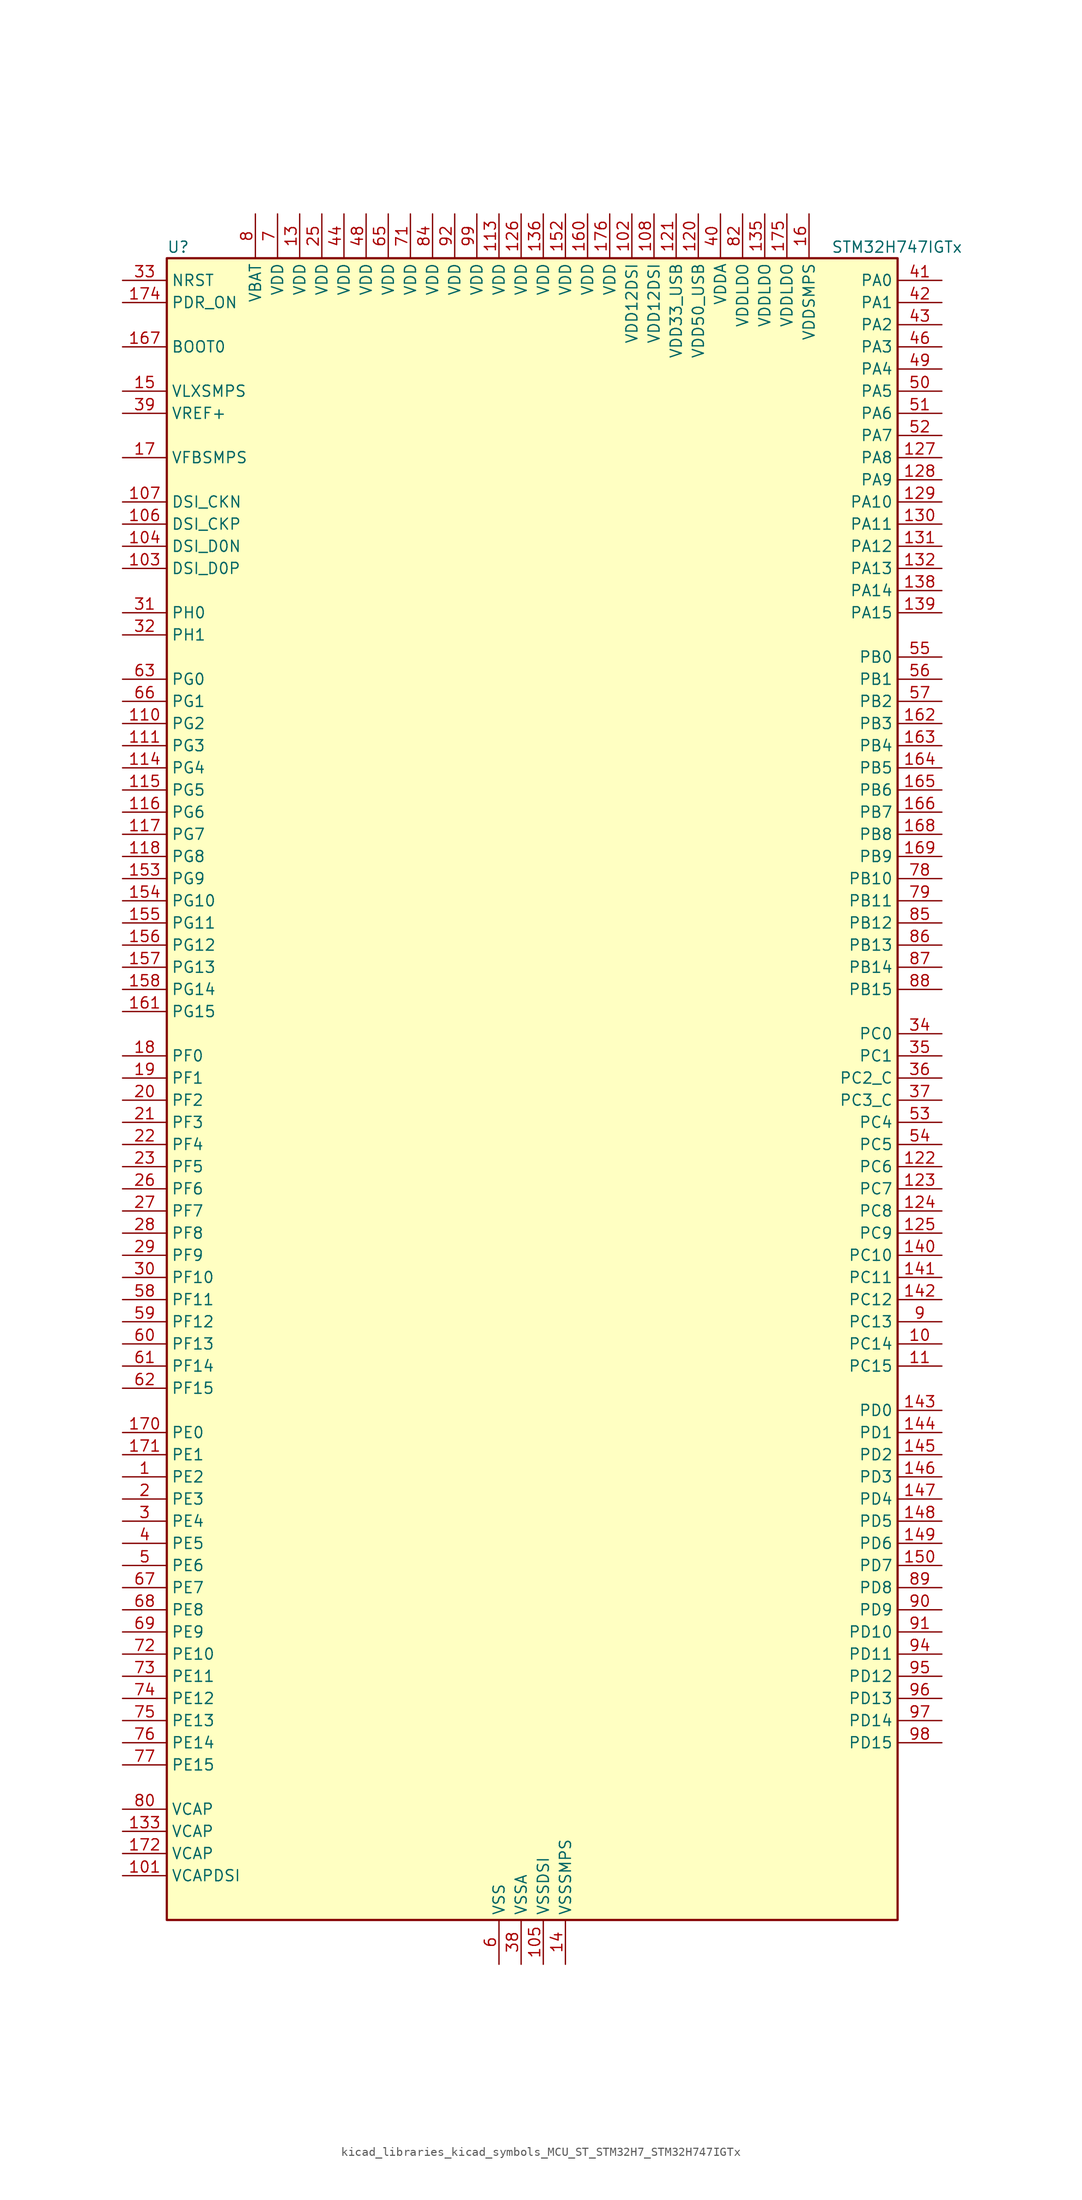
<source format=kicad_sym>
(kicad_symbol_lib
  (version 20220914)
  (generator kicad_symbol_editor)
  (symbol "kicad_libraries_kicad_symbols_MCU_ST_STM32H7_STM32H747IGTx"
    (property "Reference" "U"
      (at -40.64 97.79 0)
      (effects (font (size 1.27 1.27)) (justify left)))
    (property "Value" "STM32H747IGTx"
      (at 35.56 97.79 0)
      (effects (font (size 1.27 1.27)) (justify left)))
    (property "ki_locked" ""
      (at 0 0 0)
      (effects (font (size 1.27 1.27))))
    (symbol "kicad_libraries_kicad_symbols_MCU_ST_STM32H7_STM32H747IGTx_0_1"
      (rectangle (start -40.64 -93.98) (end 43.18 96.52) (stroke (width 0.254) (type default)) (fill (type background))))
    (symbol "kicad_libraries_kicad_symbols_MCU_ST_STM32H7_STM32H747IGTx_1_1"
      (pin bidirectional line (at -45.72 -43.18 0) (length 5.08) (name "PE2" (effects (font (size 1.27 1.27)))) (number "1" (effects (font (size 1.27 1.27)))) (alternate "DEBUG_TRACECLK" bidirectional line) (alternate "ETH_TXD3" bidirectional line) (alternate "FMC_A23" bidirectional line) (alternate "QUADSPI_BK1_IO2" bidirectional line) (alternate "SAI1_CK1" bidirectional line) (alternate "SAI1_MCLK_A" bidirectional line) (alternate "SAI4_CK1" bidirectional line) (alternate "SAI4_MCLK_A" bidirectional line) (alternate "SPI4_SCK" bidirectional line))
      (pin bidirectional line (at 48.26 -27.94 180) (length 5.08) (name "PC14" (effects (font (size 1.27 1.27)))) (number "10" (effects (font (size 1.27 1.27)))) (alternate "RCC_OSC32_IN" bidirectional line))
      (pin passive line (at -2.54 -99.06 90) (length 5.08) hide (name "VSS" (effects (font (size 1.27 1.27)))) (number "100" (effects (font (size 1.27 1.27)))))
      (pin power_out line (at -45.72 -88.9 0) (length 5.08) (name "VCAPDSI" (effects (font (size 1.27 1.27)))) (number "101" (effects (font (size 1.27 1.27)))))
      (pin power_in line (at 12.7 101.6 270) (length 5.08) (name "VDD12DSI" (effects (font (size 1.27 1.27)))) (number "102" (effects (font (size 1.27 1.27)))))
      (pin bidirectional line (at -45.72 60.96 0) (length 5.08) (name "DSI_D0P" (effects (font (size 1.27 1.27)))) (number "103" (effects (font (size 1.27 1.27)))) (alternate "DSIHOST_D0P" bidirectional line))
      (pin bidirectional line (at -45.72 63.5 0) (length 5.08) (name "DSI_D0N" (effects (font (size 1.27 1.27)))) (number "104" (effects (font (size 1.27 1.27)))) (alternate "DSIHOST_D0N" bidirectional line))
      (pin power_in line (at 2.54 -99.06 90) (length 5.08) (name "VSSDSI" (effects (font (size 1.27 1.27)))) (number "105" (effects (font (size 1.27 1.27)))))
      (pin bidirectional line (at -45.72 66.04 0) (length 5.08) (name "DSI_CKP" (effects (font (size 1.27 1.27)))) (number "106" (effects (font (size 1.27 1.27)))) (alternate "DSIHOST_CKP" bidirectional line))
      (pin bidirectional line (at -45.72 68.58 0) (length 5.08) (name "DSI_CKN" (effects (font (size 1.27 1.27)))) (number "107" (effects (font (size 1.27 1.27)))) (alternate "DSIHOST_CKN" bidirectional line))
      (pin power_in line (at 15.24 101.6 270) (length 5.08) (name "VDD12DSI" (effects (font (size 1.27 1.27)))) (number "108" (effects (font (size 1.27 1.27)))))
      (pin passive line (at 2.54 -99.06 90) (length 5.08) hide (name "VSSDSI" (effects (font (size 1.27 1.27)))) (number "109" (effects (font (size 1.27 1.27)))))
      (pin bidirectional line (at 48.26 -30.48 180) (length 5.08) (name "PC15" (effects (font (size 1.27 1.27)))) (number "11" (effects (font (size 1.27 1.27)))) (alternate "ADC1_EXTI15" bidirectional line) (alternate "ADC2_EXTI15" bidirectional line) (alternate "ADC3_EXTI15" bidirectional line) (alternate "RCC_OSC32_OUT" bidirectional line))
      (pin bidirectional line (at -45.72 43.18 0) (length 5.08) (name "PG2" (effects (font (size 1.27 1.27)))) (number "110" (effects (font (size 1.27 1.27)))) (alternate "FMC_A12" bidirectional line) (alternate "TIM8_BKIN" bidirectional line) (alternate "TIM8_BKIN_COMP1" bidirectional line) (alternate "TIM8_BKIN_COMP2" bidirectional line))
      (pin bidirectional line (at -45.72 40.64 0) (length 5.08) (name "PG3" (effects (font (size 1.27 1.27)))) (number "111" (effects (font (size 1.27 1.27)))) (alternate "FMC_A13" bidirectional line) (alternate "TIM8_BKIN2" bidirectional line) (alternate "TIM8_BKIN2_COMP1" bidirectional line) (alternate "TIM8_BKIN2_COMP2" bidirectional line))
      (pin passive line (at -2.54 -99.06 90) (length 5.08) hide (name "VSS" (effects (font (size 1.27 1.27)))) (number "112" (effects (font (size 1.27 1.27)))))
      (pin power_in line (at -2.54 101.6 270) (length 5.08) (name "VDD" (effects (font (size 1.27 1.27)))) (number "113" (effects (font (size 1.27 1.27)))))
      (pin bidirectional line (at -45.72 38.1 0) (length 5.08) (name "PG4" (effects (font (size 1.27 1.27)))) (number "114" (effects (font (size 1.27 1.27)))) (alternate "FMC_A14" bidirectional line) (alternate "FMC_BA0" bidirectional line) (alternate "TIM1_BKIN2" bidirectional line) (alternate "TIM1_BKIN2_COMP1" bidirectional line) (alternate "TIM1_BKIN2_COMP2" bidirectional line))
      (pin bidirectional line (at -45.72 35.56 0) (length 5.08) (name "PG5" (effects (font (size 1.27 1.27)))) (number "115" (effects (font (size 1.27 1.27)))) (alternate "FMC_A15" bidirectional line) (alternate "FMC_BA1" bidirectional line) (alternate "TIM1_ETR" bidirectional line))
      (pin bidirectional line (at -45.72 33.02 0) (length 5.08) (name "PG6" (effects (font (size 1.27 1.27)))) (number "116" (effects (font (size 1.27 1.27)))) (alternate "DCMI_D12" bidirectional line) (alternate "FMC_NE3" bidirectional line) (alternate "HRTIM_CHE1" bidirectional line) (alternate "LTDC_R7" bidirectional line) (alternate "QUADSPI_BK1_NCS" bidirectional line) (alternate "TIM17_BKIN" bidirectional line))
      (pin bidirectional line (at -45.72 30.48 0) (length 5.08) (name "PG7" (effects (font (size 1.27 1.27)))) (number "117" (effects (font (size 1.27 1.27)))) (alternate "DCMI_D13" bidirectional line) (alternate "FMC_INT" bidirectional line) (alternate "HRTIM_CHE2" bidirectional line) (alternate "LTDC_CLK" bidirectional line) (alternate "SAI1_MCLK_A" bidirectional line) (alternate "USART6_CK" bidirectional line))
      (pin bidirectional line (at -45.72 27.94 0) (length 5.08) (name "PG8" (effects (font (size 1.27 1.27)))) (number "118" (effects (font (size 1.27 1.27)))) (alternate "ETH_PPS_OUT" bidirectional line) (alternate "FMC_SDCLK" bidirectional line) (alternate "LTDC_G7" bidirectional line) (alternate "SPDIFRX1_IN2" bidirectional line) (alternate "SPI6_NSS" bidirectional line) (alternate "TIM8_ETR" bidirectional line) (alternate "USART6_DE" bidirectional line) (alternate "USART6_RTS" bidirectional line))
      (pin passive line (at -2.54 -99.06 90) (length 5.08) hide (name "VSS" (effects (font (size 1.27 1.27)))) (number "119" (effects (font (size 1.27 1.27)))))
      (pin passive line (at -2.54 -99.06 90) (length 5.08) hide (name "VSS" (effects (font (size 1.27 1.27)))) (number "12" (effects (font (size 1.27 1.27)))))
      (pin power_in line (at 20.32 101.6 270) (length 5.08) (name "VDD50_USB" (effects (font (size 1.27 1.27)))) (number "120" (effects (font (size 1.27 1.27)))))
      (pin power_in line (at 17.78 101.6 270) (length 5.08) (name "VDD33_USB" (effects (font (size 1.27 1.27)))) (number "121" (effects (font (size 1.27 1.27)))))
      (pin bidirectional line (at 48.26 -7.62 180) (length 5.08) (name "PC6" (effects (font (size 1.27 1.27)))) (number "122" (effects (font (size 1.27 1.27)))) (alternate "DCMI_D0" bidirectional line) (alternate "DFSDM1_CKIN3" bidirectional line) (alternate "FMC_NWAIT" bidirectional line) (alternate "HRTIM_CHA1" bidirectional line) (alternate "I2S2_MCK" bidirectional line) (alternate "LTDC_HSYNC" bidirectional line) (alternate "SDMMC1_D0DIR" bidirectional line) (alternate "SDMMC1_D6" bidirectional line) (alternate "SDMMC2_D6" bidirectional line) (alternate "SWPMI1_IO" bidirectional line) (alternate "TIM3_CH1" bidirectional line) (alternate "TIM8_CH1" bidirectional line) (alternate "USART6_TX" bidirectional line))
      (pin bidirectional line (at 48.26 -10.16 180) (length 5.08) (name "PC7" (effects (font (size 1.27 1.27)))) (number "123" (effects (font (size 1.27 1.27)))) (alternate "DCMI_D1" bidirectional line) (alternate "DEBUG_TRGIO" bidirectional line) (alternate "DFSDM1_DATIN3" bidirectional line) (alternate "FMC_NE1" bidirectional line) (alternate "HRTIM_CHA2" bidirectional line) (alternate "I2S3_MCK" bidirectional line) (alternate "LTDC_G6" bidirectional line) (alternate "SDMMC1_D123DIR" bidirectional line) (alternate "SDMMC1_D7" bidirectional line) (alternate "SDMMC2_D7" bidirectional line) (alternate "SWPMI1_TX" bidirectional line) (alternate "TIM3_CH2" bidirectional line) (alternate "TIM8_CH2" bidirectional line) (alternate "USART6_RX" bidirectional line))
      (pin bidirectional line (at 48.26 -12.7 180) (length 5.08) (name "PC8" (effects (font (size 1.27 1.27)))) (number "124" (effects (font (size 1.27 1.27)))) (alternate "DCMI_D2" bidirectional line) (alternate "DEBUG_TRACED1" bidirectional line) (alternate "FMC_NCE" bidirectional line) (alternate "FMC_NE2" bidirectional line) (alternate "HRTIM_CHB1" bidirectional line) (alternate "SDMMC1_D0" bidirectional line) (alternate "SWPMI1_RX" bidirectional line) (alternate "TIM3_CH3" bidirectional line) (alternate "TIM8_CH3" bidirectional line) (alternate "UART5_DE" bidirectional line) (alternate "UART5_RTS" bidirectional line) (alternate "USART6_CK" bidirectional line))
      (pin bidirectional line (at 48.26 -15.24 180) (length 5.08) (name "PC9" (effects (font (size 1.27 1.27)))) (number "125" (effects (font (size 1.27 1.27)))) (alternate "DAC1_EXTI9" bidirectional line) (alternate "DCMI_D3" bidirectional line) (alternate "I2C3_SDA" bidirectional line) (alternate "I2S_CKIN" bidirectional line) (alternate "LTDC_B2" bidirectional line) (alternate "LTDC_G3" bidirectional line) (alternate "QUADSPI_BK1_IO0" bidirectional line) (alternate "RCC_MCO_2" bidirectional line) (alternate "SDMMC1_D1" bidirectional line) (alternate "SWPMI1_SUSPEND" bidirectional line) (alternate "TIM3_CH4" bidirectional line) (alternate "TIM8_CH4" bidirectional line) (alternate "UART5_CTS" bidirectional line))
      (pin power_in line (at 0 101.6 270) (length 5.08) (name "VDD" (effects (font (size 1.27 1.27)))) (number "126" (effects (font (size 1.27 1.27)))))
      (pin bidirectional line (at 48.26 73.66 180) (length 5.08) (name "PA8" (effects (font (size 1.27 1.27)))) (number "127" (effects (font (size 1.27 1.27)))) (alternate "HRTIM_CHB2" bidirectional line) (alternate "I2C3_SCL" bidirectional line) (alternate "LTDC_B3" bidirectional line) (alternate "LTDC_R6" bidirectional line) (alternate "RCC_MCO_1" bidirectional line) (alternate "TIM1_CH1" bidirectional line) (alternate "TIM8_BKIN2" bidirectional line) (alternate "TIM8_BKIN2_COMP1" bidirectional line) (alternate "TIM8_BKIN2_COMP2" bidirectional line) (alternate "UART7_RX" bidirectional line) (alternate "USART1_CK" bidirectional line) (alternate "USB_OTG_FS_SOF" bidirectional line))
      (pin bidirectional line (at 48.26 71.12 180) (length 5.08) (name "PA9" (effects (font (size 1.27 1.27)))) (number "128" (effects (font (size 1.27 1.27)))) (alternate "DAC1_EXTI9" bidirectional line) (alternate "DCMI_D0" bidirectional line) (alternate "HRTIM_CHC1" bidirectional line) (alternate "I2C3_SMBA" bidirectional line) (alternate "I2S2_CK" bidirectional line) (alternate "LPUART1_TX" bidirectional line) (alternate "LTDC_R5" bidirectional line) (alternate "SPI2_SCK" bidirectional line) (alternate "TIM1_CH2" bidirectional line) (alternate "USART1_TX" bidirectional line) (alternate "USB_OTG_FS_VBUS" bidirectional line))
      (pin bidirectional line (at 48.26 68.58 180) (length 5.08) (name "PA10" (effects (font (size 1.27 1.27)))) (number "129" (effects (font (size 1.27 1.27)))) (alternate "DCMI_D1" bidirectional line) (alternate "HRTIM_CHC2" bidirectional line) (alternate "LPUART1_RX" bidirectional line) (alternate "LTDC_B1" bidirectional line) (alternate "LTDC_B4" bidirectional line) (alternate "MDIOS_MDIO" bidirectional line) (alternate "TIM1_CH3" bidirectional line) (alternate "USART1_RX" bidirectional line) (alternate "USB_OTG_FS_ID" bidirectional line))
      (pin power_in line (at -25.4 101.6 270) (length 5.08) (name "VDD" (effects (font (size 1.27 1.27)))) (number "13" (effects (font (size 1.27 1.27)))))
      (pin bidirectional line (at 48.26 66.04 180) (length 5.08) (name "PA11" (effects (font (size 1.27 1.27)))) (number "130" (effects (font (size 1.27 1.27)))) (alternate "ADC1_EXTI11" bidirectional line) (alternate "ADC2_EXTI11" bidirectional line) (alternate "ADC3_EXTI11" bidirectional line) (alternate "FDCAN1_RX" bidirectional line) (alternate "HRTIM_CHD1" bidirectional line) (alternate "I2S2_WS" bidirectional line) (alternate "LPUART1_CTS" bidirectional line) (alternate "LTDC_R4" bidirectional line) (alternate "SPI2_NSS" bidirectional line) (alternate "TIM1_CH4" bidirectional line) (alternate "UART4_RX" bidirectional line) (alternate "USART1_CTS" bidirectional line) (alternate "USART1_NSS" bidirectional line) (alternate "USB_OTG_FS_DM" bidirectional line))
      (pin bidirectional line (at 48.26 63.5 180) (length 5.08) (name "PA12" (effects (font (size 1.27 1.27)))) (number "131" (effects (font (size 1.27 1.27)))) (alternate "FDCAN1_TX" bidirectional line) (alternate "HRTIM_CHD2" bidirectional line) (alternate "I2S2_CK" bidirectional line) (alternate "LPUART1_DE" bidirectional line) (alternate "LPUART1_RTS" bidirectional line) (alternate "LTDC_R5" bidirectional line) (alternate "SAI2_FS_B" bidirectional line) (alternate "SPI2_SCK" bidirectional line) (alternate "TIM1_ETR" bidirectional line) (alternate "UART4_TX" bidirectional line) (alternate "USART1_DE" bidirectional line) (alternate "USART1_RTS" bidirectional line) (alternate "USB_OTG_FS_DP" bidirectional line))
      (pin bidirectional line (at 48.26 60.96 180) (length 5.08) (name "PA13" (effects (font (size 1.27 1.27)))) (number "132" (effects (font (size 1.27 1.27)))) (alternate "DEBUG_JTMS-SWDIO" bidirectional line))
      (pin power_out line (at -45.72 -83.82 0) (length 5.08) (name "VCAP" (effects (font (size 1.27 1.27)))) (number "133" (effects (font (size 1.27 1.27)))))
      (pin passive line (at -2.54 -99.06 90) (length 5.08) hide (name "VSS" (effects (font (size 1.27 1.27)))) (number "134" (effects (font (size 1.27 1.27)))))
      (pin power_in line (at 27.94 101.6 270) (length 5.08) (name "VDDLDO" (effects (font (size 1.27 1.27)))) (number "135" (effects (font (size 1.27 1.27)))))
      (pin power_in line (at 2.54 101.6 270) (length 5.08) (name "VDD" (effects (font (size 1.27 1.27)))) (number "136" (effects (font (size 1.27 1.27)))))
      (pin passive line (at -2.54 -99.06 90) (length 5.08) hide (name "VSS" (effects (font (size 1.27 1.27)))) (number "137" (effects (font (size 1.27 1.27)))))
      (pin bidirectional line (at 48.26 58.42 180) (length 5.08) (name "PA14" (effects (font (size 1.27 1.27)))) (number "138" (effects (font (size 1.27 1.27)))) (alternate "DEBUG_JTCK-SWCLK" bidirectional line))
      (pin bidirectional line (at 48.26 55.88 180) (length 5.08) (name "PA15" (effects (font (size 1.27 1.27)))) (number "139" (effects (font (size 1.27 1.27)))) (alternate "ADC1_EXTI15" bidirectional line) (alternate "ADC2_EXTI15" bidirectional line) (alternate "ADC3_EXTI15" bidirectional line) (alternate "CEC" bidirectional line) (alternate "DEBUG_JTDI" bidirectional line) (alternate "DSIHOST_TE" bidirectional line) (alternate "HRTIM_FLT1" bidirectional line) (alternate "I2S1_WS" bidirectional line) (alternate "I2S3_WS" bidirectional line) (alternate "SPI1_NSS" bidirectional line) (alternate "SPI3_NSS" bidirectional line) (alternate "SPI6_NSS" bidirectional line) (alternate "TIM2_CH1" bidirectional line) (alternate "TIM2_ETR" bidirectional line) (alternate "UART4_DE" bidirectional line) (alternate "UART4_RTS" bidirectional line) (alternate "UART7_TX" bidirectional line))
      (pin power_in line (at 5.08 -99.06 90) (length 5.08) (name "VSSSMPS" (effects (font (size 1.27 1.27)))) (number "14" (effects (font (size 1.27 1.27)))))
      (pin bidirectional line (at 48.26 -17.78 180) (length 5.08) (name "PC10" (effects (font (size 1.27 1.27)))) (number "140" (effects (font (size 1.27 1.27)))) (alternate "DCMI_D8" bidirectional line) (alternate "DFSDM1_CKIN5" bidirectional line) (alternate "HRTIM_EEV1" bidirectional line) (alternate "I2S3_CK" bidirectional line) (alternate "LTDC_R2" bidirectional line) (alternate "QUADSPI_BK1_IO1" bidirectional line) (alternate "SDMMC1_D2" bidirectional line) (alternate "SPI3_SCK" bidirectional line) (alternate "UART4_TX" bidirectional line) (alternate "USART3_TX" bidirectional line))
      (pin bidirectional line (at 48.26 -20.32 180) (length 5.08) (name "PC11" (effects (font (size 1.27 1.27)))) (number "141" (effects (font (size 1.27 1.27)))) (alternate "ADC1_EXTI11" bidirectional line) (alternate "ADC2_EXTI11" bidirectional line) (alternate "ADC3_EXTI11" bidirectional line) (alternate "DCMI_D4" bidirectional line) (alternate "DFSDM1_DATIN5" bidirectional line) (alternate "HRTIM_FLT2" bidirectional line) (alternate "I2S3_SDI" bidirectional line) (alternate "QUADSPI_BK2_NCS" bidirectional line) (alternate "SDMMC1_D3" bidirectional line) (alternate "SPI3_MISO" bidirectional line) (alternate "UART4_RX" bidirectional line) (alternate "USART3_RX" bidirectional line))
      (pin bidirectional line (at 48.26 -22.86 180) (length 5.08) (name "PC12" (effects (font (size 1.27 1.27)))) (number "142" (effects (font (size 1.27 1.27)))) (alternate "DCMI_D9" bidirectional line) (alternate "DEBUG_TRACED3" bidirectional line) (alternate "HRTIM_EEV2" bidirectional line) (alternate "I2S3_SDO" bidirectional line) (alternate "SDMMC1_CK" bidirectional line) (alternate "SPI3_MOSI" bidirectional line) (alternate "UART5_TX" bidirectional line) (alternate "USART3_CK" bidirectional line))
      (pin bidirectional line (at 48.26 -35.56 180) (length 5.08) (name "PD0" (effects (font (size 1.27 1.27)))) (number "143" (effects (font (size 1.27 1.27)))) (alternate "DFSDM1_CKIN6" bidirectional line) (alternate "FDCAN1_RX" bidirectional line) (alternate "FMC_D2" bidirectional line) (alternate "FMC_DA2" bidirectional line) (alternate "SAI3_SCK_A" bidirectional line) (alternate "UART4_RX" bidirectional line))
      (pin bidirectional line (at 48.26 -38.1 180) (length 5.08) (name "PD1" (effects (font (size 1.27 1.27)))) (number "144" (effects (font (size 1.27 1.27)))) (alternate "DFSDM1_DATIN6" bidirectional line) (alternate "FDCAN1_TX" bidirectional line) (alternate "FMC_D3" bidirectional line) (alternate "FMC_DA3" bidirectional line) (alternate "SAI3_SD_A" bidirectional line) (alternate "UART4_TX" bidirectional line))
      (pin bidirectional line (at 48.26 -40.64 180) (length 5.08) (name "PD2" (effects (font (size 1.27 1.27)))) (number "145" (effects (font (size 1.27 1.27)))) (alternate "DCMI_D11" bidirectional line) (alternate "DEBUG_TRACED2" bidirectional line) (alternate "SDMMC1_CMD" bidirectional line) (alternate "TIM3_ETR" bidirectional line) (alternate "UART5_RX" bidirectional line))
      (pin bidirectional line (at 48.26 -43.18 180) (length 5.08) (name "PD3" (effects (font (size 1.27 1.27)))) (number "146" (effects (font (size 1.27 1.27)))) (alternate "DCMI_D5" bidirectional line) (alternate "DFSDM1_CKOUT" bidirectional line) (alternate "FMC_CLK" bidirectional line) (alternate "I2S2_CK" bidirectional line) (alternate "LTDC_G7" bidirectional line) (alternate "SPI2_SCK" bidirectional line) (alternate "USART2_CTS" bidirectional line) (alternate "USART2_NSS" bidirectional line))
      (pin bidirectional line (at 48.26 -45.72 180) (length 5.08) (name "PD4" (effects (font (size 1.27 1.27)))) (number "147" (effects (font (size 1.27 1.27)))) (alternate "FMC_NOE" bidirectional line) (alternate "HRTIM_FLT3" bidirectional line) (alternate "SAI3_FS_A" bidirectional line) (alternate "USART2_DE" bidirectional line) (alternate "USART2_RTS" bidirectional line))
      (pin bidirectional line (at 48.26 -48.26 180) (length 5.08) (name "PD5" (effects (font (size 1.27 1.27)))) (number "148" (effects (font (size 1.27 1.27)))) (alternate "FMC_NWE" bidirectional line) (alternate "HRTIM_EEV3" bidirectional line) (alternate "USART2_TX" bidirectional line))
      (pin bidirectional line (at 48.26 -50.8 180) (length 5.08) (name "PD6" (effects (font (size 1.27 1.27)))) (number "149" (effects (font (size 1.27 1.27)))) (alternate "DCMI_D10" bidirectional line) (alternate "DFSDM1_CKIN4" bidirectional line) (alternate "DFSDM1_DATIN1" bidirectional line) (alternate "FMC_NWAIT" bidirectional line) (alternate "I2S3_SDO" bidirectional line) (alternate "LTDC_B2" bidirectional line) (alternate "SAI1_D1" bidirectional line) (alternate "SAI1_SD_A" bidirectional line) (alternate "SAI4_D1" bidirectional line) (alternate "SAI4_SD_A" bidirectional line) (alternate "SDMMC2_CK" bidirectional line) (alternate "SPI3_MOSI" bidirectional line) (alternate "USART2_RX" bidirectional line))
      (pin power_in line (at -45.72 81.28 0) (length 5.08) (name "VLXSMPS" (effects (font (size 1.27 1.27)))) (number "15" (effects (font (size 1.27 1.27)))))
      (pin bidirectional line (at 48.26 -53.34 180) (length 5.08) (name "PD7" (effects (font (size 1.27 1.27)))) (number "150" (effects (font (size 1.27 1.27)))) (alternate "DFSDM1_CKIN1" bidirectional line) (alternate "DFSDM1_DATIN4" bidirectional line) (alternate "FMC_NE1" bidirectional line) (alternate "I2S1_SDO" bidirectional line) (alternate "SDMMC2_CMD" bidirectional line) (alternate "SPDIFRX1_IN0" bidirectional line) (alternate "SPI1_MOSI" bidirectional line) (alternate "USART2_CK" bidirectional line))
      (pin passive line (at -2.54 -99.06 90) (length 5.08) hide (name "VSS" (effects (font (size 1.27 1.27)))) (number "151" (effects (font (size 1.27 1.27)))))
      (pin power_in line (at 5.08 101.6 270) (length 5.08) (name "VDD" (effects (font (size 1.27 1.27)))) (number "152" (effects (font (size 1.27 1.27)))))
      (pin bidirectional line (at -45.72 25.4 0) (length 5.08) (name "PG9" (effects (font (size 1.27 1.27)))) (number "153" (effects (font (size 1.27 1.27)))) (alternate "DAC1_EXTI9" bidirectional line) (alternate "DCMI_VSYNC" bidirectional line) (alternate "FMC_NCE" bidirectional line) (alternate "FMC_NE2" bidirectional line) (alternate "I2S1_SDI" bidirectional line) (alternate "QUADSPI_BK2_IO2" bidirectional line) (alternate "SAI2_FS_B" bidirectional line) (alternate "SPDIFRX1_IN3" bidirectional line) (alternate "SPI1_MISO" bidirectional line) (alternate "USART6_RX" bidirectional line))
      (pin bidirectional line (at -45.72 22.86 0) (length 5.08) (name "PG10" (effects (font (size 1.27 1.27)))) (number "154" (effects (font (size 1.27 1.27)))) (alternate "DCMI_D2" bidirectional line) (alternate "FMC_NE3" bidirectional line) (alternate "HRTIM_FLT5" bidirectional line) (alternate "I2S1_WS" bidirectional line) (alternate "LTDC_B2" bidirectional line) (alternate "LTDC_G3" bidirectional line) (alternate "SAI2_SD_B" bidirectional line) (alternate "SPI1_NSS" bidirectional line))
      (pin bidirectional line (at -45.72 20.32 0) (length 5.08) (name "PG11" (effects (font (size 1.27 1.27)))) (number "155" (effects (font (size 1.27 1.27)))) (alternate "ADC1_EXTI11" bidirectional line) (alternate "ADC2_EXTI11" bidirectional line) (alternate "ADC3_EXTI11" bidirectional line) (alternate "DCMI_D3" bidirectional line) (alternate "ETH_TX_EN" bidirectional line) (alternate "HRTIM_EEV4" bidirectional line) (alternate "I2S1_CK" bidirectional line) (alternate "LPTIM1_IN2" bidirectional line) (alternate "LTDC_B3" bidirectional line) (alternate "SDMMC2_D2" bidirectional line) (alternate "SPDIFRX1_IN0" bidirectional line) (alternate "SPI1_SCK" bidirectional line))
      (pin bidirectional line (at -45.72 17.78 0) (length 5.08) (name "PG12" (effects (font (size 1.27 1.27)))) (number "156" (effects (font (size 1.27 1.27)))) (alternate "ETH_TXD1" bidirectional line) (alternate "FMC_NE4" bidirectional line) (alternate "HRTIM_EEV5" bidirectional line) (alternate "LPTIM1_IN1" bidirectional line) (alternate "LTDC_B1" bidirectional line) (alternate "LTDC_B4" bidirectional line) (alternate "SPDIFRX1_IN1" bidirectional line) (alternate "SPI6_MISO" bidirectional line) (alternate "USART6_DE" bidirectional line) (alternate "USART6_RTS" bidirectional line))
      (pin bidirectional line (at -45.72 15.24 0) (length 5.08) (name "PG13" (effects (font (size 1.27 1.27)))) (number "157" (effects (font (size 1.27 1.27)))) (alternate "DEBUG_TRACED0" bidirectional line) (alternate "ETH_TXD0" bidirectional line) (alternate "FMC_A24" bidirectional line) (alternate "HRTIM_EEV10" bidirectional line) (alternate "LPTIM1_OUT" bidirectional line) (alternate "LTDC_R0" bidirectional line) (alternate "SPI6_SCK" bidirectional line) (alternate "USART6_CTS" bidirectional line) (alternate "USART6_NSS" bidirectional line))
      (pin bidirectional line (at -45.72 12.7 0) (length 5.08) (name "PG14" (effects (font (size 1.27 1.27)))) (number "158" (effects (font (size 1.27 1.27)))) (alternate "DEBUG_TRACED1" bidirectional line) (alternate "ETH_TXD1" bidirectional line) (alternate "FMC_A25" bidirectional line) (alternate "LPTIM1_ETR" bidirectional line) (alternate "LTDC_B0" bidirectional line) (alternate "QUADSPI_BK2_IO3" bidirectional line) (alternate "SPI6_MOSI" bidirectional line) (alternate "USART6_TX" bidirectional line))
      (pin passive line (at -2.54 -99.06 90) (length 5.08) hide (name "VSS" (effects (font (size 1.27 1.27)))) (number "159" (effects (font (size 1.27 1.27)))))
      (pin power_in line (at 33.02 101.6 270) (length 5.08) (name "VDDSMPS" (effects (font (size 1.27 1.27)))) (number "16" (effects (font (size 1.27 1.27)))))
      (pin power_in line (at 7.62 101.6 270) (length 5.08) (name "VDD" (effects (font (size 1.27 1.27)))) (number "160" (effects (font (size 1.27 1.27)))))
      (pin bidirectional line (at -45.72 10.16 0) (length 5.08) (name "PG15" (effects (font (size 1.27 1.27)))) (number "161" (effects (font (size 1.27 1.27)))) (alternate "ADC1_EXTI15" bidirectional line) (alternate "ADC2_EXTI15" bidirectional line) (alternate "ADC3_EXTI15" bidirectional line) (alternate "DCMI_D13" bidirectional line) (alternate "FMC_SDNCAS" bidirectional line) (alternate "USART6_CTS" bidirectional line) (alternate "USART6_NSS" bidirectional line))
      (pin bidirectional line (at 48.26 43.18 180) (length 5.08) (name "PB3" (effects (font (size 1.27 1.27)))) (number "162" (effects (font (size 1.27 1.27)))) (alternate "CRS_SYNC" bidirectional line) (alternate "DEBUG_JTDO-SWO" bidirectional line) (alternate "HRTIM_FLT4" bidirectional line) (alternate "I2S1_CK" bidirectional line) (alternate "I2S3_CK" bidirectional line) (alternate "SDMMC2_D2" bidirectional line) (alternate "SPI1_SCK" bidirectional line) (alternate "SPI3_SCK" bidirectional line) (alternate "SPI6_SCK" bidirectional line) (alternate "TIM2_CH2" bidirectional line) (alternate "UART7_RX" bidirectional line))
      (pin bidirectional line (at 48.26 40.64 180) (length 5.08) (name "PB4" (effects (font (size 1.27 1.27)))) (number "163" (effects (font (size 1.27 1.27)))) (alternate "DEBUG_JTRST" bidirectional line) (alternate "HRTIM_EEV6" bidirectional line) (alternate "I2S1_SDI" bidirectional line) (alternate "I2S2_WS" bidirectional line) (alternate "I2S3_SDI" bidirectional line) (alternate "SDMMC2_D3" bidirectional line) (alternate "SPI1_MISO" bidirectional line) (alternate "SPI2_NSS" bidirectional line) (alternate "SPI3_MISO" bidirectional line) (alternate "SPI6_MISO" bidirectional line) (alternate "TIM16_BKIN" bidirectional line) (alternate "TIM3_CH1" bidirectional line) (alternate "UART7_TX" bidirectional line))
      (pin bidirectional line (at 48.26 38.1 180) (length 5.08) (name "PB5" (effects (font (size 1.27 1.27)))) (number "164" (effects (font (size 1.27 1.27)))) (alternate "DCMI_D10" bidirectional line) (alternate "ETH_PPS_OUT" bidirectional line) (alternate "FDCAN2_RX" bidirectional line) (alternate "FMC_SDCKE1" bidirectional line) (alternate "HRTIM_EEV7" bidirectional line) (alternate "I2C1_SMBA" bidirectional line) (alternate "I2C4_SMBA" bidirectional line) (alternate "I2S1_SDO" bidirectional line) (alternate "I2S3_SDO" bidirectional line) (alternate "SPI1_MOSI" bidirectional line) (alternate "SPI3_MOSI" bidirectional line) (alternate "SPI6_MOSI" bidirectional line) (alternate "TIM17_BKIN" bidirectional line) (alternate "TIM3_CH2" bidirectional line) (alternate "UART5_RX" bidirectional line) (alternate "USB_OTG_HS_ULPI_D7" bidirectional line))
      (pin bidirectional line (at 48.26 35.56 180) (length 5.08) (name "PB6" (effects (font (size 1.27 1.27)))) (number "165" (effects (font (size 1.27 1.27)))) (alternate "CEC" bidirectional line) (alternate "DCMI_D5" bidirectional line) (alternate "DFSDM1_DATIN5" bidirectional line) (alternate "FDCAN2_TX" bidirectional line) (alternate "FMC_SDNE1" bidirectional line) (alternate "HRTIM_EEV8" bidirectional line) (alternate "I2C1_SCL" bidirectional line) (alternate "I2C4_SCL" bidirectional line) (alternate "LPUART1_TX" bidirectional line) (alternate "QUADSPI_BK1_NCS" bidirectional line) (alternate "TIM16_CH1N" bidirectional line) (alternate "TIM4_CH1" bidirectional line) (alternate "UART5_TX" bidirectional line) (alternate "USART1_TX" bidirectional line))
      (pin bidirectional line (at 48.26 33.02 180) (length 5.08) (name "PB7" (effects (font (size 1.27 1.27)))) (number "166" (effects (font (size 1.27 1.27)))) (alternate "DCMI_VSYNC" bidirectional line) (alternate "DFSDM1_CKIN5" bidirectional line) (alternate "FMC_NL" bidirectional line) (alternate "HRTIM_EEV9" bidirectional line) (alternate "I2C1_SDA" bidirectional line) (alternate "I2C4_SDA" bidirectional line) (alternate "LPUART1_RX" bidirectional line) (alternate "PWR_PVD_IN" bidirectional line) (alternate "TIM17_CH1N" bidirectional line) (alternate "TIM4_CH2" bidirectional line) (alternate "USART1_RX" bidirectional line))
      (pin input line (at -45.72 86.36 0) (length 5.08) (name "BOOT0" (effects (font (size 1.27 1.27)))) (number "167" (effects (font (size 1.27 1.27)))))
      (pin bidirectional line (at 48.26 30.48 180) (length 5.08) (name "PB8" (effects (font (size 1.27 1.27)))) (number "168" (effects (font (size 1.27 1.27)))) (alternate "DCMI_D6" bidirectional line) (alternate "DFSDM1_CKIN7" bidirectional line) (alternate "ETH_TXD3" bidirectional line) (alternate "FDCAN1_RX" bidirectional line) (alternate "I2C1_SCL" bidirectional line) (alternate "I2C4_SCL" bidirectional line) (alternate "LTDC_B6" bidirectional line) (alternate "SDMMC1_CKIN" bidirectional line) (alternate "SDMMC1_D4" bidirectional line) (alternate "SDMMC2_D4" bidirectional line) (alternate "TIM16_CH1" bidirectional line) (alternate "TIM4_CH3" bidirectional line) (alternate "UART4_RX" bidirectional line))
      (pin bidirectional line (at 48.26 27.94 180) (length 5.08) (name "PB9" (effects (font (size 1.27 1.27)))) (number "169" (effects (font (size 1.27 1.27)))) (alternate "DAC1_EXTI9" bidirectional line) (alternate "DCMI_D7" bidirectional line) (alternate "DFSDM1_DATIN7" bidirectional line) (alternate "FDCAN1_TX" bidirectional line) (alternate "I2C1_SDA" bidirectional line) (alternate "I2C4_SDA" bidirectional line) (alternate "I2C4_SMBA" bidirectional line) (alternate "I2S2_WS" bidirectional line) (alternate "LTDC_B7" bidirectional line) (alternate "SDMMC1_CDIR" bidirectional line) (alternate "SDMMC1_D5" bidirectional line) (alternate "SDMMC2_D5" bidirectional line) (alternate "SPI2_NSS" bidirectional line) (alternate "TIM17_CH1" bidirectional line) (alternate "TIM4_CH4" bidirectional line) (alternate "UART4_TX" bidirectional line))
      (pin input line (at -45.72 73.66 0) (length 5.08) (name "VFBSMPS" (effects (font (size 1.27 1.27)))) (number "17" (effects (font (size 1.27 1.27)))))
      (pin bidirectional line (at -45.72 -38.1 0) (length 5.08) (name "PE0" (effects (font (size 1.27 1.27)))) (number "170" (effects (font (size 1.27 1.27)))) (alternate "DCMI_D2" bidirectional line) (alternate "FMC_NBL0" bidirectional line) (alternate "HRTIM_SCIN" bidirectional line) (alternate "LPTIM1_ETR" bidirectional line) (alternate "LPTIM2_ETR" bidirectional line) (alternate "SAI2_MCLK_A" bidirectional line) (alternate "TIM4_ETR" bidirectional line) (alternate "UART8_RX" bidirectional line))
      (pin bidirectional line (at -45.72 -40.64 0) (length 5.08) (name "PE1" (effects (font (size 1.27 1.27)))) (number "171" (effects (font (size 1.27 1.27)))) (alternate "DCMI_D3" bidirectional line) (alternate "FMC_NBL1" bidirectional line) (alternate "HRTIM_SCOUT" bidirectional line) (alternate "LPTIM1_IN2" bidirectional line) (alternate "UART8_TX" bidirectional line))
      (pin power_out line (at -45.72 -86.36 0) (length 5.08) (name "VCAP" (effects (font (size 1.27 1.27)))) (number "172" (effects (font (size 1.27 1.27)))))
      (pin passive line (at -2.54 -99.06 90) (length 5.08) hide (name "VSS" (effects (font (size 1.27 1.27)))) (number "173" (effects (font (size 1.27 1.27)))))
      (pin input line (at -45.72 91.44 0) (length 5.08) (name "PDR_ON" (effects (font (size 1.27 1.27)))) (number "174" (effects (font (size 1.27 1.27)))))
      (pin power_in line (at 30.48 101.6 270) (length 5.08) (name "VDDLDO" (effects (font (size 1.27 1.27)))) (number "175" (effects (font (size 1.27 1.27)))))
      (pin power_in line (at 10.16 101.6 270) (length 5.08) (name "VDD" (effects (font (size 1.27 1.27)))) (number "176" (effects (font (size 1.27 1.27)))))
      (pin bidirectional line (at -45.72 5.08 0) (length 5.08) (name "PF0" (effects (font (size 1.27 1.27)))) (number "18" (effects (font (size 1.27 1.27)))) (alternate "FMC_A0" bidirectional line) (alternate "I2C2_SDA" bidirectional line))
      (pin bidirectional line (at -45.72 2.54 0) (length 5.08) (name "PF1" (effects (font (size 1.27 1.27)))) (number "19" (effects (font (size 1.27 1.27)))) (alternate "FMC_A1" bidirectional line) (alternate "I2C2_SCL" bidirectional line))
      (pin bidirectional line (at -45.72 -45.72 0) (length 5.08) (name "PE3" (effects (font (size 1.27 1.27)))) (number "2" (effects (font (size 1.27 1.27)))) (alternate "DEBUG_TRACED0" bidirectional line) (alternate "FMC_A19" bidirectional line) (alternate "SAI1_SD_B" bidirectional line) (alternate "SAI4_SD_B" bidirectional line) (alternate "TIM15_BKIN" bidirectional line))
      (pin bidirectional line (at -45.72 0 0) (length 5.08) (name "PF2" (effects (font (size 1.27 1.27)))) (number "20" (effects (font (size 1.27 1.27)))) (alternate "FMC_A2" bidirectional line) (alternate "I2C2_SMBA" bidirectional line))
      (pin bidirectional line (at -45.72 -2.54 0) (length 5.08) (name "PF3" (effects (font (size 1.27 1.27)))) (number "21" (effects (font (size 1.27 1.27)))) (alternate "ADC3_INP5" bidirectional line) (alternate "FMC_A3" bidirectional line))
      (pin bidirectional line (at -45.72 -5.08 0) (length 5.08) (name "PF4" (effects (font (size 1.27 1.27)))) (number "22" (effects (font (size 1.27 1.27)))) (alternate "ADC3_INN5" bidirectional line) (alternate "ADC3_INP9" bidirectional line) (alternate "FMC_A4" bidirectional line))
      (pin bidirectional line (at -45.72 -7.62 0) (length 5.08) (name "PF5" (effects (font (size 1.27 1.27)))) (number "23" (effects (font (size 1.27 1.27)))) (alternate "ADC3_INP4" bidirectional line) (alternate "FMC_A5" bidirectional line))
      (pin passive line (at -2.54 -99.06 90) (length 5.08) hide (name "VSS" (effects (font (size 1.27 1.27)))) (number "24" (effects (font (size 1.27 1.27)))))
      (pin power_in line (at -22.86 101.6 270) (length 5.08) (name "VDD" (effects (font (size 1.27 1.27)))) (number "25" (effects (font (size 1.27 1.27)))))
      (pin bidirectional line (at -45.72 -10.16 0) (length 5.08) (name "PF6" (effects (font (size 1.27 1.27)))) (number "26" (effects (font (size 1.27 1.27)))) (alternate "ADC3_INN4" bidirectional line) (alternate "ADC3_INP8" bidirectional line) (alternate "QUADSPI_BK1_IO3" bidirectional line) (alternate "SAI1_SD_B" bidirectional line) (alternate "SAI4_SD_B" bidirectional line) (alternate "SPI5_NSS" bidirectional line) (alternate "TIM16_CH1" bidirectional line) (alternate "UART7_RX" bidirectional line))
      (pin bidirectional line (at -45.72 -12.7 0) (length 5.08) (name "PF7" (effects (font (size 1.27 1.27)))) (number "27" (effects (font (size 1.27 1.27)))) (alternate "ADC3_INP3" bidirectional line) (alternate "QUADSPI_BK1_IO2" bidirectional line) (alternate "SAI1_MCLK_B" bidirectional line) (alternate "SAI4_MCLK_B" bidirectional line) (alternate "SPI5_SCK" bidirectional line) (alternate "TIM17_CH1" bidirectional line) (alternate "UART7_TX" bidirectional line))
      (pin bidirectional line (at -45.72 -15.24 0) (length 5.08) (name "PF8" (effects (font (size 1.27 1.27)))) (number "28" (effects (font (size 1.27 1.27)))) (alternate "ADC3_INN3" bidirectional line) (alternate "ADC3_INP7" bidirectional line) (alternate "QUADSPI_BK1_IO0" bidirectional line) (alternate "SAI1_SCK_B" bidirectional line) (alternate "SAI4_SCK_B" bidirectional line) (alternate "SPI5_MISO" bidirectional line) (alternate "TIM13_CH1" bidirectional line) (alternate "TIM16_CH1N" bidirectional line) (alternate "UART7_DE" bidirectional line) (alternate "UART7_RTS" bidirectional line))
      (pin bidirectional line (at -45.72 -17.78 0) (length 5.08) (name "PF9" (effects (font (size 1.27 1.27)))) (number "29" (effects (font (size 1.27 1.27)))) (alternate "ADC3_INP2" bidirectional line) (alternate "DAC1_EXTI9" bidirectional line) (alternate "QUADSPI_BK1_IO1" bidirectional line) (alternate "SAI1_FS_B" bidirectional line) (alternate "SAI4_FS_B" bidirectional line) (alternate "SPI5_MOSI" bidirectional line) (alternate "TIM14_CH1" bidirectional line) (alternate "TIM17_CH1N" bidirectional line) (alternate "UART7_CTS" bidirectional line))
      (pin bidirectional line (at -45.72 -48.26 0) (length 5.08) (name "PE4" (effects (font (size 1.27 1.27)))) (number "3" (effects (font (size 1.27 1.27)))) (alternate "DCMI_D4" bidirectional line) (alternate "DEBUG_TRACED1" bidirectional line) (alternate "DFSDM1_DATIN3" bidirectional line) (alternate "FMC_A20" bidirectional line) (alternate "LTDC_B0" bidirectional line) (alternate "SAI1_D2" bidirectional line) (alternate "SAI1_FS_A" bidirectional line) (alternate "SAI4_D2" bidirectional line) (alternate "SAI4_FS_A" bidirectional line) (alternate "SPI4_NSS" bidirectional line) (alternate "TIM15_CH1N" bidirectional line))
      (pin bidirectional line (at -45.72 -20.32 0) (length 5.08) (name "PF10" (effects (font (size 1.27 1.27)))) (number "30" (effects (font (size 1.27 1.27)))) (alternate "ADC3_INN2" bidirectional line) (alternate "ADC3_INP6" bidirectional line) (alternate "DCMI_D11" bidirectional line) (alternate "LTDC_DE" bidirectional line) (alternate "QUADSPI_CLK" bidirectional line) (alternate "SAI1_D3" bidirectional line) (alternate "SAI4_D3" bidirectional line) (alternate "TIM16_BKIN" bidirectional line))
      (pin bidirectional line (at -45.72 55.88 0) (length 5.08) (name "PH0" (effects (font (size 1.27 1.27)))) (number "31" (effects (font (size 1.27 1.27)))) (alternate "RCC_OSC_IN" bidirectional line))
      (pin bidirectional line (at -45.72 53.34 0) (length 5.08) (name "PH1" (effects (font (size 1.27 1.27)))) (number "32" (effects (font (size 1.27 1.27)))) (alternate "RCC_OSC_OUT" bidirectional line))
      (pin input line (at -45.72 93.98 0) (length 5.08) (name "NRST" (effects (font (size 1.27 1.27)))) (number "33" (effects (font (size 1.27 1.27)))))
      (pin bidirectional line (at 48.26 7.62 180) (length 5.08) (name "PC0" (effects (font (size 1.27 1.27)))) (number "34" (effects (font (size 1.27 1.27)))) (alternate "ADC1_INP10" bidirectional line) (alternate "ADC2_INP10" bidirectional line) (alternate "ADC3_INP10" bidirectional line) (alternate "DFSDM1_CKIN0" bidirectional line) (alternate "DFSDM1_DATIN4" bidirectional line) (alternate "FMC_SDNWE" bidirectional line) (alternate "LTDC_R5" bidirectional line) (alternate "SAI2_FS_B" bidirectional line) (alternate "USB_OTG_HS_ULPI_STP" bidirectional line))
      (pin bidirectional line (at 48.26 5.08 180) (length 5.08) (name "PC1" (effects (font (size 1.27 1.27)))) (number "35" (effects (font (size 1.27 1.27)))) (alternate "ADC1_INN10" bidirectional line) (alternate "ADC1_INP11" bidirectional line) (alternate "ADC2_INN10" bidirectional line) (alternate "ADC2_INP11" bidirectional line) (alternate "ADC3_INN10" bidirectional line) (alternate "ADC3_INP11" bidirectional line) (alternate "DEBUG_TRACED0" bidirectional line) (alternate "DFSDM1_CKIN4" bidirectional line) (alternate "DFSDM1_DATIN0" bidirectional line) (alternate "ETH_MDC" bidirectional line) (alternate "I2S2_SDO" bidirectional line) (alternate "MDIOS_MDC" bidirectional line) (alternate "PWR_WKUP5" bidirectional line) (alternate "RTC_TAMP3" bidirectional line) (alternate "SAI1_D1" bidirectional line) (alternate "SAI1_SD_A" bidirectional line) (alternate "SAI4_D1" bidirectional line) (alternate "SAI4_SD_A" bidirectional line) (alternate "SDMMC2_CK" bidirectional line) (alternate "SPI2_MOSI" bidirectional line))
      (pin bidirectional line (at 48.26 2.54 180) (length 5.08) (name "PC2_C" (effects (font (size 1.27 1.27)))) (number "36" (effects (font (size 1.27 1.27)))) (alternate "ADC3_INN1" bidirectional line) (alternate "ADC3_INP0" bidirectional line) (alternate "DFSDM1_CKIN1" bidirectional line) (alternate "DFSDM1_CKOUT" bidirectional line) (alternate "ETH_TXD2" bidirectional line) (alternate "FMC_SDNE0" bidirectional line) (alternate "I2S2_SDI" bidirectional line) (alternate "PWR_CSTOP" bidirectional line) (alternate "SPI2_MISO" bidirectional line) (alternate "USB_OTG_HS_ULPI_DIR" bidirectional line))
      (pin bidirectional line (at 48.26 0 180) (length 5.08) (name "PC3_C" (effects (font (size 1.27 1.27)))) (number "37" (effects (font (size 1.27 1.27)))) (alternate "ADC3_INP1" bidirectional line) (alternate "DFSDM1_DATIN1" bidirectional line) (alternate "ETH_TX_CLK" bidirectional line) (alternate "FMC_SDCKE0" bidirectional line) (alternate "I2S2_SDO" bidirectional line) (alternate "PWR_CSLEEP" bidirectional line) (alternate "SPI2_MOSI" bidirectional line) (alternate "USB_OTG_HS_ULPI_NXT" bidirectional line))
      (pin power_in line (at 0 -99.06 90) (length 5.08) (name "VSSA" (effects (font (size 1.27 1.27)))) (number "38" (effects (font (size 1.27 1.27)))))
      (pin input line (at -45.72 78.74 0) (length 5.08) (name "VREF+" (effects (font (size 1.27 1.27)))) (number "39" (effects (font (size 1.27 1.27)))) (alternate "VREFBUF_OUT" bidirectional line))
      (pin bidirectional line (at -45.72 -50.8 0) (length 5.08) (name "PE5" (effects (font (size 1.27 1.27)))) (number "4" (effects (font (size 1.27 1.27)))) (alternate "DCMI_D6" bidirectional line) (alternate "DEBUG_TRACED2" bidirectional line) (alternate "DFSDM1_CKIN3" bidirectional line) (alternate "FMC_A21" bidirectional line) (alternate "LTDC_G0" bidirectional line) (alternate "SAI1_CK2" bidirectional line) (alternate "SAI1_SCK_A" bidirectional line) (alternate "SAI4_CK2" bidirectional line) (alternate "SAI4_SCK_A" bidirectional line) (alternate "SPI4_MISO" bidirectional line) (alternate "TIM15_CH1" bidirectional line))
      (pin power_in line (at 22.86 101.6 270) (length 5.08) (name "VDDA" (effects (font (size 1.27 1.27)))) (number "40" (effects (font (size 1.27 1.27)))))
      (pin bidirectional line (at 48.26 93.98 180) (length 5.08) (name "PA0" (effects (font (size 1.27 1.27)))) (number "41" (effects (font (size 1.27 1.27)))) (alternate "ADC1_INP16" bidirectional line) (alternate "ETH_CRS" bidirectional line) (alternate "PWR_WKUP0" bidirectional line) (alternate "SAI2_SD_B" bidirectional line) (alternate "SDMMC2_CMD" bidirectional line) (alternate "TIM15_BKIN" bidirectional line) (alternate "TIM2_CH1" bidirectional line) (alternate "TIM2_ETR" bidirectional line) (alternate "TIM5_CH1" bidirectional line) (alternate "TIM8_ETR" bidirectional line) (alternate "UART4_TX" bidirectional line) (alternate "USART2_CTS" bidirectional line) (alternate "USART2_NSS" bidirectional line))
      (pin bidirectional line (at 48.26 91.44 180) (length 5.08) (name "PA1" (effects (font (size 1.27 1.27)))) (number "42" (effects (font (size 1.27 1.27)))) (alternate "ADC1_INN16" bidirectional line) (alternate "ADC1_INP17" bidirectional line) (alternate "ETH_REF_CLK" bidirectional line) (alternate "ETH_RX_CLK" bidirectional line) (alternate "LPTIM3_OUT" bidirectional line) (alternate "LTDC_R2" bidirectional line) (alternate "QUADSPI_BK1_IO3" bidirectional line) (alternate "SAI2_MCLK_B" bidirectional line) (alternate "TIM15_CH1N" bidirectional line) (alternate "TIM2_CH2" bidirectional line) (alternate "TIM5_CH2" bidirectional line) (alternate "UART4_RX" bidirectional line) (alternate "USART2_DE" bidirectional line) (alternate "USART2_RTS" bidirectional line))
      (pin bidirectional line (at 48.26 88.9 180) (length 5.08) (name "PA2" (effects (font (size 1.27 1.27)))) (number "43" (effects (font (size 1.27 1.27)))) (alternate "ADC1_INP14" bidirectional line) (alternate "ADC2_INP14" bidirectional line) (alternate "ETH_MDIO" bidirectional line) (alternate "LPTIM4_OUT" bidirectional line) (alternate "LTDC_R1" bidirectional line) (alternate "MDIOS_MDIO" bidirectional line) (alternate "PWR_WKUP1" bidirectional line) (alternate "SAI2_SCK_B" bidirectional line) (alternate "TIM15_CH1" bidirectional line) (alternate "TIM2_CH3" bidirectional line) (alternate "TIM5_CH3" bidirectional line) (alternate "USART2_TX" bidirectional line))
      (pin power_in line (at -20.32 101.6 270) (length 5.08) (name "VDD" (effects (font (size 1.27 1.27)))) (number "44" (effects (font (size 1.27 1.27)))))
      (pin passive line (at -2.54 -99.06 90) (length 5.08) hide (name "VSS" (effects (font (size 1.27 1.27)))) (number "45" (effects (font (size 1.27 1.27)))))
      (pin bidirectional line (at 48.26 86.36 180) (length 5.08) (name "PA3" (effects (font (size 1.27 1.27)))) (number "46" (effects (font (size 1.27 1.27)))) (alternate "ADC1_INP15" bidirectional line) (alternate "ADC2_INP15" bidirectional line) (alternate "ETH_COL" bidirectional line) (alternate "LPTIM5_OUT" bidirectional line) (alternate "LTDC_B2" bidirectional line) (alternate "LTDC_B5" bidirectional line) (alternate "TIM15_CH2" bidirectional line) (alternate "TIM2_CH4" bidirectional line) (alternate "TIM5_CH4" bidirectional line) (alternate "USART2_RX" bidirectional line) (alternate "USB_OTG_HS_ULPI_D0" bidirectional line))
      (pin passive line (at -2.54 -99.06 90) (length 5.08) hide (name "VSS" (effects (font (size 1.27 1.27)))) (number "47" (effects (font (size 1.27 1.27)))))
      (pin power_in line (at -17.78 101.6 270) (length 5.08) (name "VDD" (effects (font (size 1.27 1.27)))) (number "48" (effects (font (size 1.27 1.27)))))
      (pin bidirectional line (at 48.26 83.82 180) (length 5.08) (name "PA4" (effects (font (size 1.27 1.27)))) (number "49" (effects (font (size 1.27 1.27)))) (alternate "ADC1_INP18" bidirectional line) (alternate "ADC2_INP18" bidirectional line) (alternate "DAC1_OUT1" bidirectional line) (alternate "DCMI_HSYNC" bidirectional line) (alternate "I2S1_WS" bidirectional line) (alternate "I2S3_WS" bidirectional line) (alternate "LTDC_VSYNC" bidirectional line) (alternate "SPI1_NSS" bidirectional line) (alternate "SPI3_NSS" bidirectional line) (alternate "SPI6_NSS" bidirectional line) (alternate "TIM5_ETR" bidirectional line) (alternate "USART2_CK" bidirectional line) (alternate "USB_OTG_HS_SOF" bidirectional line))
      (pin bidirectional line (at -45.72 -53.34 0) (length 5.08) (name "PE6" (effects (font (size 1.27 1.27)))) (number "5" (effects (font (size 1.27 1.27)))) (alternate "DCMI_D7" bidirectional line) (alternate "DEBUG_TRACED3" bidirectional line) (alternate "FMC_A22" bidirectional line) (alternate "LTDC_G1" bidirectional line) (alternate "SAI1_D1" bidirectional line) (alternate "SAI1_SD_A" bidirectional line) (alternate "SAI2_MCLK_B" bidirectional line) (alternate "SAI4_D1" bidirectional line) (alternate "SAI4_SD_A" bidirectional line) (alternate "SPI4_MOSI" bidirectional line) (alternate "TIM15_CH2" bidirectional line) (alternate "TIM1_BKIN2" bidirectional line) (alternate "TIM1_BKIN2_COMP1" bidirectional line) (alternate "TIM1_BKIN2_COMP2" bidirectional line))
      (pin bidirectional line (at 48.26 81.28 180) (length 5.08) (name "PA5" (effects (font (size 1.27 1.27)))) (number "50" (effects (font (size 1.27 1.27)))) (alternate "ADC1_INN18" bidirectional line) (alternate "ADC1_INP19" bidirectional line) (alternate "ADC2_INN18" bidirectional line) (alternate "ADC2_INP19" bidirectional line) (alternate "DAC1_OUT2" bidirectional line) (alternate "I2S1_CK" bidirectional line) (alternate "LTDC_R4" bidirectional line) (alternate "PWR_NDSTOP2" bidirectional line) (alternate "SPI1_SCK" bidirectional line) (alternate "SPI6_SCK" bidirectional line) (alternate "TIM2_CH1" bidirectional line) (alternate "TIM2_ETR" bidirectional line) (alternate "TIM8_CH1N" bidirectional line) (alternate "USB_OTG_HS_ULPI_CK" bidirectional line))
      (pin bidirectional line (at 48.26 78.74 180) (length 5.08) (name "PA6" (effects (font (size 1.27 1.27)))) (number "51" (effects (font (size 1.27 1.27)))) (alternate "ADC1_INP3" bidirectional line) (alternate "ADC2_INP3" bidirectional line) (alternate "DCMI_PIXCLK" bidirectional line) (alternate "I2S1_SDI" bidirectional line) (alternate "LTDC_G2" bidirectional line) (alternate "MDIOS_MDC" bidirectional line) (alternate "SPI1_MISO" bidirectional line) (alternate "SPI6_MISO" bidirectional line) (alternate "TIM13_CH1" bidirectional line) (alternate "TIM1_BKIN" bidirectional line) (alternate "TIM1_BKIN_COMP1" bidirectional line) (alternate "TIM1_BKIN_COMP2" bidirectional line) (alternate "TIM3_CH1" bidirectional line) (alternate "TIM8_BKIN" bidirectional line) (alternate "TIM8_BKIN_COMP1" bidirectional line) (alternate "TIM8_BKIN_COMP2" bidirectional line))
      (pin bidirectional line (at 48.26 76.2 180) (length 5.08) (name "PA7" (effects (font (size 1.27 1.27)))) (number "52" (effects (font (size 1.27 1.27)))) (alternate "ADC1_INN3" bidirectional line) (alternate "ADC1_INP7" bidirectional line) (alternate "ADC2_INN3" bidirectional line) (alternate "ADC2_INP7" bidirectional line) (alternate "ETH_CRS_DV" bidirectional line) (alternate "ETH_RX_DV" bidirectional line) (alternate "FMC_SDNWE" bidirectional line) (alternate "I2S1_SDO" bidirectional line) (alternate "OPAMP1_VINM" bidirectional line) (alternate "OPAMP1_VINM1" bidirectional line) (alternate "SPI1_MOSI" bidirectional line) (alternate "SPI6_MOSI" bidirectional line) (alternate "TIM14_CH1" bidirectional line) (alternate "TIM1_CH1N" bidirectional line) (alternate "TIM3_CH2" bidirectional line) (alternate "TIM8_CH1N" bidirectional line))
      (pin bidirectional line (at 48.26 -2.54 180) (length 5.08) (name "PC4" (effects (font (size 1.27 1.27)))) (number "53" (effects (font (size 1.27 1.27)))) (alternate "ADC1_INP4" bidirectional line) (alternate "ADC2_INP4" bidirectional line) (alternate "COMP1_INM" bidirectional line) (alternate "DFSDM1_CKIN2" bidirectional line) (alternate "ETH_RXD0" bidirectional line) (alternate "FMC_SDNE0" bidirectional line) (alternate "I2S1_MCK" bidirectional line) (alternate "OPAMP1_VOUT" bidirectional line) (alternate "SPDIFRX1_IN2" bidirectional line))
      (pin bidirectional line (at 48.26 -5.08 180) (length 5.08) (name "PC5" (effects (font (size 1.27 1.27)))) (number "54" (effects (font (size 1.27 1.27)))) (alternate "ADC1_INN4" bidirectional line) (alternate "ADC1_INP8" bidirectional line) (alternate "ADC2_INN4" bidirectional line) (alternate "ADC2_INP8" bidirectional line) (alternate "COMP1_OUT" bidirectional line) (alternate "DFSDM1_DATIN2" bidirectional line) (alternate "ETH_RXD1" bidirectional line) (alternate "FMC_SDCKE0" bidirectional line) (alternate "OPAMP1_VINM" bidirectional line) (alternate "OPAMP1_VINM0" bidirectional line) (alternate "SAI1_D3" bidirectional line) (alternate "SAI4_D3" bidirectional line) (alternate "SPDIFRX1_IN3" bidirectional line))
      (pin bidirectional line (at 48.26 50.8 180) (length 5.08) (name "PB0" (effects (font (size 1.27 1.27)))) (number "55" (effects (font (size 1.27 1.27)))) (alternate "ADC1_INN5" bidirectional line) (alternate "ADC1_INP9" bidirectional line) (alternate "ADC2_INN5" bidirectional line) (alternate "ADC2_INP9" bidirectional line) (alternate "COMP1_INP" bidirectional line) (alternate "DFSDM1_CKOUT" bidirectional line) (alternate "ETH_RXD2" bidirectional line) (alternate "LTDC_G1" bidirectional line) (alternate "LTDC_R3" bidirectional line) (alternate "OPAMP1_VINP" bidirectional line) (alternate "TIM1_CH2N" bidirectional line) (alternate "TIM3_CH3" bidirectional line) (alternate "TIM8_CH2N" bidirectional line) (alternate "UART4_CTS" bidirectional line) (alternate "USB_OTG_HS_ULPI_D1" bidirectional line))
      (pin bidirectional line (at 48.26 48.26 180) (length 5.08) (name "PB1" (effects (font (size 1.27 1.27)))) (number "56" (effects (font (size 1.27 1.27)))) (alternate "ADC1_INP5" bidirectional line) (alternate "ADC2_INP5" bidirectional line) (alternate "COMP1_INM" bidirectional line) (alternate "DFSDM1_DATIN1" bidirectional line) (alternate "ETH_RXD3" bidirectional line) (alternate "LTDC_G0" bidirectional line) (alternate "LTDC_R6" bidirectional line) (alternate "TIM1_CH3N" bidirectional line) (alternate "TIM3_CH4" bidirectional line) (alternate "TIM8_CH3N" bidirectional line) (alternate "USB_OTG_HS_ULPI_D2" bidirectional line))
      (pin bidirectional line (at 48.26 45.72 180) (length 5.08) (name "PB2" (effects (font (size 1.27 1.27)))) (number "57" (effects (font (size 1.27 1.27)))) (alternate "COMP1_INP" bidirectional line) (alternate "DFSDM1_CKIN1" bidirectional line) (alternate "I2S3_SDO" bidirectional line) (alternate "QUADSPI_CLK" bidirectional line) (alternate "RTC_OUT_ALARM" bidirectional line) (alternate "RTC_OUT_CALIB" bidirectional line) (alternate "SAI1_D1" bidirectional line) (alternate "SAI1_SD_A" bidirectional line) (alternate "SAI4_D1" bidirectional line) (alternate "SAI4_SD_A" bidirectional line) (alternate "SPI3_MOSI" bidirectional line))
      (pin bidirectional line (at -45.72 -22.86 0) (length 5.08) (name "PF11" (effects (font (size 1.27 1.27)))) (number "58" (effects (font (size 1.27 1.27)))) (alternate "ADC1_EXTI11" bidirectional line) (alternate "ADC1_INP2" bidirectional line) (alternate "ADC2_EXTI11" bidirectional line) (alternate "ADC3_EXTI11" bidirectional line) (alternate "DCMI_D12" bidirectional line) (alternate "FMC_SDNRAS" bidirectional line) (alternate "SAI2_SD_B" bidirectional line) (alternate "SPI5_MOSI" bidirectional line))
      (pin bidirectional line (at -45.72 -25.4 0) (length 5.08) (name "PF12" (effects (font (size 1.27 1.27)))) (number "59" (effects (font (size 1.27 1.27)))) (alternate "ADC1_INN2" bidirectional line) (alternate "ADC1_INP6" bidirectional line) (alternate "FMC_A6" bidirectional line))
      (pin power_in line (at -2.54 -99.06 90) (length 5.08) (name "VSS" (effects (font (size 1.27 1.27)))) (number "6" (effects (font (size 1.27 1.27)))))
      (pin bidirectional line (at -45.72 -27.94 0) (length 5.08) (name "PF13" (effects (font (size 1.27 1.27)))) (number "60" (effects (font (size 1.27 1.27)))) (alternate "ADC2_INP2" bidirectional line) (alternate "DFSDM1_DATIN6" bidirectional line) (alternate "FMC_A7" bidirectional line) (alternate "I2C4_SMBA" bidirectional line))
      (pin bidirectional line (at -45.72 -30.48 0) (length 5.08) (name "PF14" (effects (font (size 1.27 1.27)))) (number "61" (effects (font (size 1.27 1.27)))) (alternate "ADC2_INN2" bidirectional line) (alternate "ADC2_INP6" bidirectional line) (alternate "DFSDM1_CKIN6" bidirectional line) (alternate "FMC_A8" bidirectional line) (alternate "I2C4_SCL" bidirectional line))
      (pin bidirectional line (at -45.72 -33.02 0) (length 5.08) (name "PF15" (effects (font (size 1.27 1.27)))) (number "62" (effects (font (size 1.27 1.27)))) (alternate "ADC1_EXTI15" bidirectional line) (alternate "ADC2_EXTI15" bidirectional line) (alternate "ADC3_EXTI15" bidirectional line) (alternate "FMC_A9" bidirectional line) (alternate "I2C4_SDA" bidirectional line))
      (pin bidirectional line (at -45.72 48.26 0) (length 5.08) (name "PG0" (effects (font (size 1.27 1.27)))) (number "63" (effects (font (size 1.27 1.27)))) (alternate "FMC_A10" bidirectional line))
      (pin passive line (at -2.54 -99.06 90) (length 5.08) hide (name "VSS" (effects (font (size 1.27 1.27)))) (number "64" (effects (font (size 1.27 1.27)))))
      (pin power_in line (at -15.24 101.6 270) (length 5.08) (name "VDD" (effects (font (size 1.27 1.27)))) (number "65" (effects (font (size 1.27 1.27)))))
      (pin bidirectional line (at -45.72 45.72 0) (length 5.08) (name "PG1" (effects (font (size 1.27 1.27)))) (number "66" (effects (font (size 1.27 1.27)))) (alternate "FMC_A11" bidirectional line) (alternate "OPAMP2_VINM" bidirectional line) (alternate "OPAMP2_VINM1" bidirectional line))
      (pin bidirectional line (at -45.72 -55.88 0) (length 5.08) (name "PE7" (effects (font (size 1.27 1.27)))) (number "67" (effects (font (size 1.27 1.27)))) (alternate "COMP2_INM" bidirectional line) (alternate "DFSDM1_DATIN2" bidirectional line) (alternate "FMC_D4" bidirectional line) (alternate "FMC_DA4" bidirectional line) (alternate "OPAMP2_VOUT" bidirectional line) (alternate "QUADSPI_BK2_IO0" bidirectional line) (alternate "TIM1_ETR" bidirectional line) (alternate "UART7_RX" bidirectional line))
      (pin bidirectional line (at -45.72 -58.42 0) (length 5.08) (name "PE8" (effects (font (size 1.27 1.27)))) (number "68" (effects (font (size 1.27 1.27)))) (alternate "COMP2_OUT" bidirectional line) (alternate "DFSDM1_CKIN2" bidirectional line) (alternate "FMC_D5" bidirectional line) (alternate "FMC_DA5" bidirectional line) (alternate "OPAMP2_VINM" bidirectional line) (alternate "OPAMP2_VINM0" bidirectional line) (alternate "QUADSPI_BK2_IO1" bidirectional line) (alternate "TIM1_CH1N" bidirectional line) (alternate "UART7_TX" bidirectional line))
      (pin bidirectional line (at -45.72 -60.96 0) (length 5.08) (name "PE9" (effects (font (size 1.27 1.27)))) (number "69" (effects (font (size 1.27 1.27)))) (alternate "COMP2_INP" bidirectional line) (alternate "DAC1_EXTI9" bidirectional line) (alternate "DFSDM1_CKOUT" bidirectional line) (alternate "FMC_D6" bidirectional line) (alternate "FMC_DA6" bidirectional line) (alternate "OPAMP2_VINP" bidirectional line) (alternate "QUADSPI_BK2_IO2" bidirectional line) (alternate "TIM1_CH1" bidirectional line) (alternate "UART7_DE" bidirectional line) (alternate "UART7_RTS" bidirectional line))
      (pin power_in line (at -27.94 101.6 270) (length 5.08) (name "VDD" (effects (font (size 1.27 1.27)))) (number "7" (effects (font (size 1.27 1.27)))))
      (pin passive line (at -2.54 -99.06 90) (length 5.08) hide (name "VSS" (effects (font (size 1.27 1.27)))) (number "70" (effects (font (size 1.27 1.27)))))
      (pin power_in line (at -12.7 101.6 270) (length 5.08) (name "VDD" (effects (font (size 1.27 1.27)))) (number "71" (effects (font (size 1.27 1.27)))))
      (pin bidirectional line (at -45.72 -63.5 0) (length 5.08) (name "PE10" (effects (font (size 1.27 1.27)))) (number "72" (effects (font (size 1.27 1.27)))) (alternate "COMP2_INM" bidirectional line) (alternate "DFSDM1_DATIN4" bidirectional line) (alternate "FMC_D7" bidirectional line) (alternate "FMC_DA7" bidirectional line) (alternate "QUADSPI_BK2_IO3" bidirectional line) (alternate "TIM1_CH2N" bidirectional line) (alternate "UART7_CTS" bidirectional line))
      (pin bidirectional line (at -45.72 -66.04 0) (length 5.08) (name "PE11" (effects (font (size 1.27 1.27)))) (number "73" (effects (font (size 1.27 1.27)))) (alternate "ADC1_EXTI11" bidirectional line) (alternate "ADC2_EXTI11" bidirectional line) (alternate "ADC3_EXTI11" bidirectional line) (alternate "COMP2_INP" bidirectional line) (alternate "DFSDM1_CKIN4" bidirectional line) (alternate "FMC_D8" bidirectional line) (alternate "FMC_DA8" bidirectional line) (alternate "LTDC_G3" bidirectional line) (alternate "SAI2_SD_B" bidirectional line) (alternate "SPI4_NSS" bidirectional line) (alternate "TIM1_CH2" bidirectional line))
      (pin bidirectional line (at -45.72 -68.58 0) (length 5.08) (name "PE12" (effects (font (size 1.27 1.27)))) (number "74" (effects (font (size 1.27 1.27)))) (alternate "COMP1_OUT" bidirectional line) (alternate "DFSDM1_DATIN5" bidirectional line) (alternate "FMC_D9" bidirectional line) (alternate "FMC_DA9" bidirectional line) (alternate "LTDC_B4" bidirectional line) (alternate "SAI2_SCK_B" bidirectional line) (alternate "SPI4_SCK" bidirectional line) (alternate "TIM1_CH3N" bidirectional line))
      (pin bidirectional line (at -45.72 -71.12 0) (length 5.08) (name "PE13" (effects (font (size 1.27 1.27)))) (number "75" (effects (font (size 1.27 1.27)))) (alternate "COMP2_OUT" bidirectional line) (alternate "DFSDM1_CKIN5" bidirectional line) (alternate "FMC_D10" bidirectional line) (alternate "FMC_DA10" bidirectional line) (alternate "LTDC_DE" bidirectional line) (alternate "SAI2_FS_B" bidirectional line) (alternate "SPI4_MISO" bidirectional line) (alternate "TIM1_CH3" bidirectional line))
      (pin bidirectional line (at -45.72 -73.66 0) (length 5.08) (name "PE14" (effects (font (size 1.27 1.27)))) (number "76" (effects (font (size 1.27 1.27)))) (alternate "FMC_D11" bidirectional line) (alternate "FMC_DA11" bidirectional line) (alternate "LTDC_CLK" bidirectional line) (alternate "SAI2_MCLK_B" bidirectional line) (alternate "SPI4_MOSI" bidirectional line) (alternate "TIM1_CH4" bidirectional line))
      (pin bidirectional line (at -45.72 -76.2 0) (length 5.08) (name "PE15" (effects (font (size 1.27 1.27)))) (number "77" (effects (font (size 1.27 1.27)))) (alternate "ADC1_EXTI15" bidirectional line) (alternate "ADC2_EXTI15" bidirectional line) (alternate "ADC3_EXTI15" bidirectional line) (alternate "FMC_D12" bidirectional line) (alternate "FMC_DA12" bidirectional line) (alternate "LTDC_R7" bidirectional line) (alternate "TIM1_BKIN" bidirectional line) (alternate "TIM1_BKIN_COMP1" bidirectional line) (alternate "TIM1_BKIN_COMP2" bidirectional line))
      (pin bidirectional line (at 48.26 25.4 180) (length 5.08) (name "PB10" (effects (font (size 1.27 1.27)))) (number "78" (effects (font (size 1.27 1.27)))) (alternate "DFSDM1_DATIN7" bidirectional line) (alternate "ETH_RX_ER" bidirectional line) (alternate "HRTIM_SCOUT" bidirectional line) (alternate "I2C2_SCL" bidirectional line) (alternate "I2S2_CK" bidirectional line) (alternate "LPTIM2_IN1" bidirectional line) (alternate "LTDC_G4" bidirectional line) (alternate "QUADSPI_BK1_NCS" bidirectional line) (alternate "SPI2_SCK" bidirectional line) (alternate "TIM2_CH3" bidirectional line) (alternate "USART3_TX" bidirectional line) (alternate "USB_OTG_HS_ULPI_D3" bidirectional line))
      (pin bidirectional line (at 48.26 22.86 180) (length 5.08) (name "PB11" (effects (font (size 1.27 1.27)))) (number "79" (effects (font (size 1.27 1.27)))) (alternate "ADC1_EXTI11" bidirectional line) (alternate "ADC2_EXTI11" bidirectional line) (alternate "ADC3_EXTI11" bidirectional line) (alternate "DFSDM1_CKIN7" bidirectional line) (alternate "DSIHOST_TE" bidirectional line) (alternate "ETH_TX_EN" bidirectional line) (alternate "HRTIM_SCIN" bidirectional line) (alternate "I2C2_SDA" bidirectional line) (alternate "LPTIM2_ETR" bidirectional line) (alternate "LTDC_G5" bidirectional line) (alternate "TIM2_CH4" bidirectional line) (alternate "USART3_RX" bidirectional line) (alternate "USB_OTG_HS_ULPI_D4" bidirectional line))
      (pin power_in line (at -30.48 101.6 270) (length 5.08) (name "VBAT" (effects (font (size 1.27 1.27)))) (number "8" (effects (font (size 1.27 1.27)))))
      (pin power_out line (at -45.72 -81.28 0) (length 5.08) (name "VCAP" (effects (font (size 1.27 1.27)))) (number "80" (effects (font (size 1.27 1.27)))))
      (pin passive line (at -2.54 -99.06 90) (length 5.08) hide (name "VSS" (effects (font (size 1.27 1.27)))) (number "81" (effects (font (size 1.27 1.27)))))
      (pin power_in line (at 25.4 101.6 270) (length 5.08) (name "VDDLDO" (effects (font (size 1.27 1.27)))) (number "82" (effects (font (size 1.27 1.27)))))
      (pin passive line (at -2.54 -99.06 90) (length 5.08) hide (name "VSS" (effects (font (size 1.27 1.27)))) (number "83" (effects (font (size 1.27 1.27)))))
      (pin power_in line (at -10.16 101.6 270) (length 5.08) (name "VDD" (effects (font (size 1.27 1.27)))) (number "84" (effects (font (size 1.27 1.27)))))
      (pin bidirectional line (at 48.26 20.32 180) (length 5.08) (name "PB12" (effects (font (size 1.27 1.27)))) (number "85" (effects (font (size 1.27 1.27)))) (alternate "DFSDM1_DATIN1" bidirectional line) (alternate "ETH_TXD0" bidirectional line) (alternate "FDCAN2_RX" bidirectional line) (alternate "I2C2_SMBA" bidirectional line) (alternate "I2S2_WS" bidirectional line) (alternate "SPI2_NSS" bidirectional line) (alternate "TIM1_BKIN" bidirectional line) (alternate "TIM1_BKIN_COMP1" bidirectional line) (alternate "TIM1_BKIN_COMP2" bidirectional line) (alternate "UART5_RX" bidirectional line) (alternate "USART3_CK" bidirectional line) (alternate "USB_OTG_HS_ID" bidirectional line) (alternate "USB_OTG_HS_ULPI_D5" bidirectional line))
      (pin bidirectional line (at 48.26 17.78 180) (length 5.08) (name "PB13" (effects (font (size 1.27 1.27)))) (number "86" (effects (font (size 1.27 1.27)))) (alternate "DFSDM1_CKIN1" bidirectional line) (alternate "ETH_TXD1" bidirectional line) (alternate "FDCAN2_TX" bidirectional line) (alternate "I2S2_CK" bidirectional line) (alternate "LPTIM2_OUT" bidirectional line) (alternate "SPI2_SCK" bidirectional line) (alternate "TIM1_CH1N" bidirectional line) (alternate "UART5_TX" bidirectional line) (alternate "USART3_CTS" bidirectional line) (alternate "USART3_NSS" bidirectional line) (alternate "USB_OTG_HS_ULPI_D6" bidirectional line) (alternate "USB_OTG_HS_VBUS" bidirectional line))
      (pin bidirectional line (at 48.26 15.24 180) (length 5.08) (name "PB14" (effects (font (size 1.27 1.27)))) (number "87" (effects (font (size 1.27 1.27)))) (alternate "DFSDM1_DATIN2" bidirectional line) (alternate "I2S2_SDI" bidirectional line) (alternate "SDMMC2_D0" bidirectional line) (alternate "SPI2_MISO" bidirectional line) (alternate "TIM12_CH1" bidirectional line) (alternate "TIM1_CH2N" bidirectional line) (alternate "TIM8_CH2N" bidirectional line) (alternate "UART4_DE" bidirectional line) (alternate "UART4_RTS" bidirectional line) (alternate "USART1_TX" bidirectional line) (alternate "USART3_DE" bidirectional line) (alternate "USART3_RTS" bidirectional line) (alternate "USB_OTG_HS_DM" bidirectional line))
      (pin bidirectional line (at 48.26 12.7 180) (length 5.08) (name "PB15" (effects (font (size 1.27 1.27)))) (number "88" (effects (font (size 1.27 1.27)))) (alternate "ADC1_EXTI15" bidirectional line) (alternate "ADC2_EXTI15" bidirectional line) (alternate "ADC3_EXTI15" bidirectional line) (alternate "DFSDM1_CKIN2" bidirectional line) (alternate "I2S2_SDO" bidirectional line) (alternate "RTC_REFIN" bidirectional line) (alternate "SDMMC2_D1" bidirectional line) (alternate "SPI2_MOSI" bidirectional line) (alternate "TIM12_CH2" bidirectional line) (alternate "TIM1_CH3N" bidirectional line) (alternate "TIM8_CH3N" bidirectional line) (alternate "UART4_CTS" bidirectional line) (alternate "USART1_RX" bidirectional line) (alternate "USB_OTG_HS_DP" bidirectional line))
      (pin bidirectional line (at 48.26 -55.88 180) (length 5.08) (name "PD8" (effects (font (size 1.27 1.27)))) (number "89" (effects (font (size 1.27 1.27)))) (alternate "DFSDM1_CKIN3" bidirectional line) (alternate "FMC_D13" bidirectional line) (alternate "FMC_DA13" bidirectional line) (alternate "SAI3_SCK_B" bidirectional line) (alternate "SPDIFRX1_IN1" bidirectional line) (alternate "USART3_TX" bidirectional line))
      (pin bidirectional line (at 48.26 -25.4 180) (length 5.08) (name "PC13" (effects (font (size 1.27 1.27)))) (number "9" (effects (font (size 1.27 1.27)))) (alternate "PWR_WKUP2" bidirectional line) (alternate "RTC_OUT_ALARM" bidirectional line) (alternate "RTC_OUT_CALIB" bidirectional line) (alternate "RTC_TAMP1" bidirectional line) (alternate "RTC_TS" bidirectional line))
      (pin bidirectional line (at 48.26 -58.42 180) (length 5.08) (name "PD9" (effects (font (size 1.27 1.27)))) (number "90" (effects (font (size 1.27 1.27)))) (alternate "DAC1_EXTI9" bidirectional line) (alternate "DFSDM1_DATIN3" bidirectional line) (alternate "FMC_D14" bidirectional line) (alternate "FMC_DA14" bidirectional line) (alternate "SAI3_SD_B" bidirectional line) (alternate "USART3_RX" bidirectional line))
      (pin bidirectional line (at 48.26 -60.96 180) (length 5.08) (name "PD10" (effects (font (size 1.27 1.27)))) (number "91" (effects (font (size 1.27 1.27)))) (alternate "DFSDM1_CKOUT" bidirectional line) (alternate "FMC_D15" bidirectional line) (alternate "FMC_DA15" bidirectional line) (alternate "LTDC_B3" bidirectional line) (alternate "SAI3_FS_B" bidirectional line) (alternate "USART3_CK" bidirectional line))
      (pin power_in line (at -7.62 101.6 270) (length 5.08) (name "VDD" (effects (font (size 1.27 1.27)))) (number "92" (effects (font (size 1.27 1.27)))))
      (pin passive line (at -2.54 -99.06 90) (length 5.08) hide (name "VSS" (effects (font (size 1.27 1.27)))) (number "93" (effects (font (size 1.27 1.27)))))
      (pin bidirectional line (at 48.26 -63.5 180) (length 5.08) (name "PD11" (effects (font (size 1.27 1.27)))) (number "94" (effects (font (size 1.27 1.27)))) (alternate "ADC1_EXTI11" bidirectional line) (alternate "ADC2_EXTI11" bidirectional line) (alternate "ADC3_EXTI11" bidirectional line) (alternate "FMC_A16" bidirectional line) (alternate "FMC_CLE" bidirectional line) (alternate "I2C4_SMBA" bidirectional line) (alternate "LPTIM2_IN2" bidirectional line) (alternate "QUADSPI_BK1_IO0" bidirectional line) (alternate "SAI2_SD_A" bidirectional line) (alternate "USART3_CTS" bidirectional line) (alternate "USART3_NSS" bidirectional line))
      (pin bidirectional line (at 48.26 -66.04 180) (length 5.08) (name "PD12" (effects (font (size 1.27 1.27)))) (number "95" (effects (font (size 1.27 1.27)))) (alternate "FMC_A17" bidirectional line) (alternate "FMC_ALE" bidirectional line) (alternate "I2C4_SCL" bidirectional line) (alternate "LPTIM1_IN1" bidirectional line) (alternate "LPTIM2_IN1" bidirectional line) (alternate "QUADSPI_BK1_IO1" bidirectional line) (alternate "SAI2_FS_A" bidirectional line) (alternate "TIM4_CH1" bidirectional line) (alternate "USART3_DE" bidirectional line) (alternate "USART3_RTS" bidirectional line))
      (pin bidirectional line (at 48.26 -68.58 180) (length 5.08) (name "PD13" (effects (font (size 1.27 1.27)))) (number "96" (effects (font (size 1.27 1.27)))) (alternate "FMC_A18" bidirectional line) (alternate "I2C4_SDA" bidirectional line) (alternate "LPTIM1_OUT" bidirectional line) (alternate "QUADSPI_BK1_IO3" bidirectional line) (alternate "SAI2_SCK_A" bidirectional line) (alternate "TIM4_CH2" bidirectional line))
      (pin bidirectional line (at 48.26 -71.12 180) (length 5.08) (name "PD14" (effects (font (size 1.27 1.27)))) (number "97" (effects (font (size 1.27 1.27)))) (alternate "FMC_D0" bidirectional line) (alternate "FMC_DA0" bidirectional line) (alternate "SAI3_MCLK_B" bidirectional line) (alternate "TIM4_CH3" bidirectional line) (alternate "UART8_CTS" bidirectional line))
      (pin bidirectional line (at 48.26 -73.66 180) (length 5.08) (name "PD15" (effects (font (size 1.27 1.27)))) (number "98" (effects (font (size 1.27 1.27)))) (alternate "ADC1_EXTI15" bidirectional line) (alternate "ADC2_EXTI15" bidirectional line) (alternate "ADC3_EXTI15" bidirectional line) (alternate "FMC_D1" bidirectional line) (alternate "FMC_DA1" bidirectional line) (alternate "SAI3_MCLK_A" bidirectional line) (alternate "TIM4_CH4" bidirectional line) (alternate "UART8_DE" bidirectional line) (alternate "UART8_RTS" bidirectional line))
      (pin power_in line (at -5.08 101.6 270) (length 5.08) (name "VDD" (effects (font (size 1.27 1.27)))) (number "99" (effects (font (size 1.27 1.27))))))))
</source>
